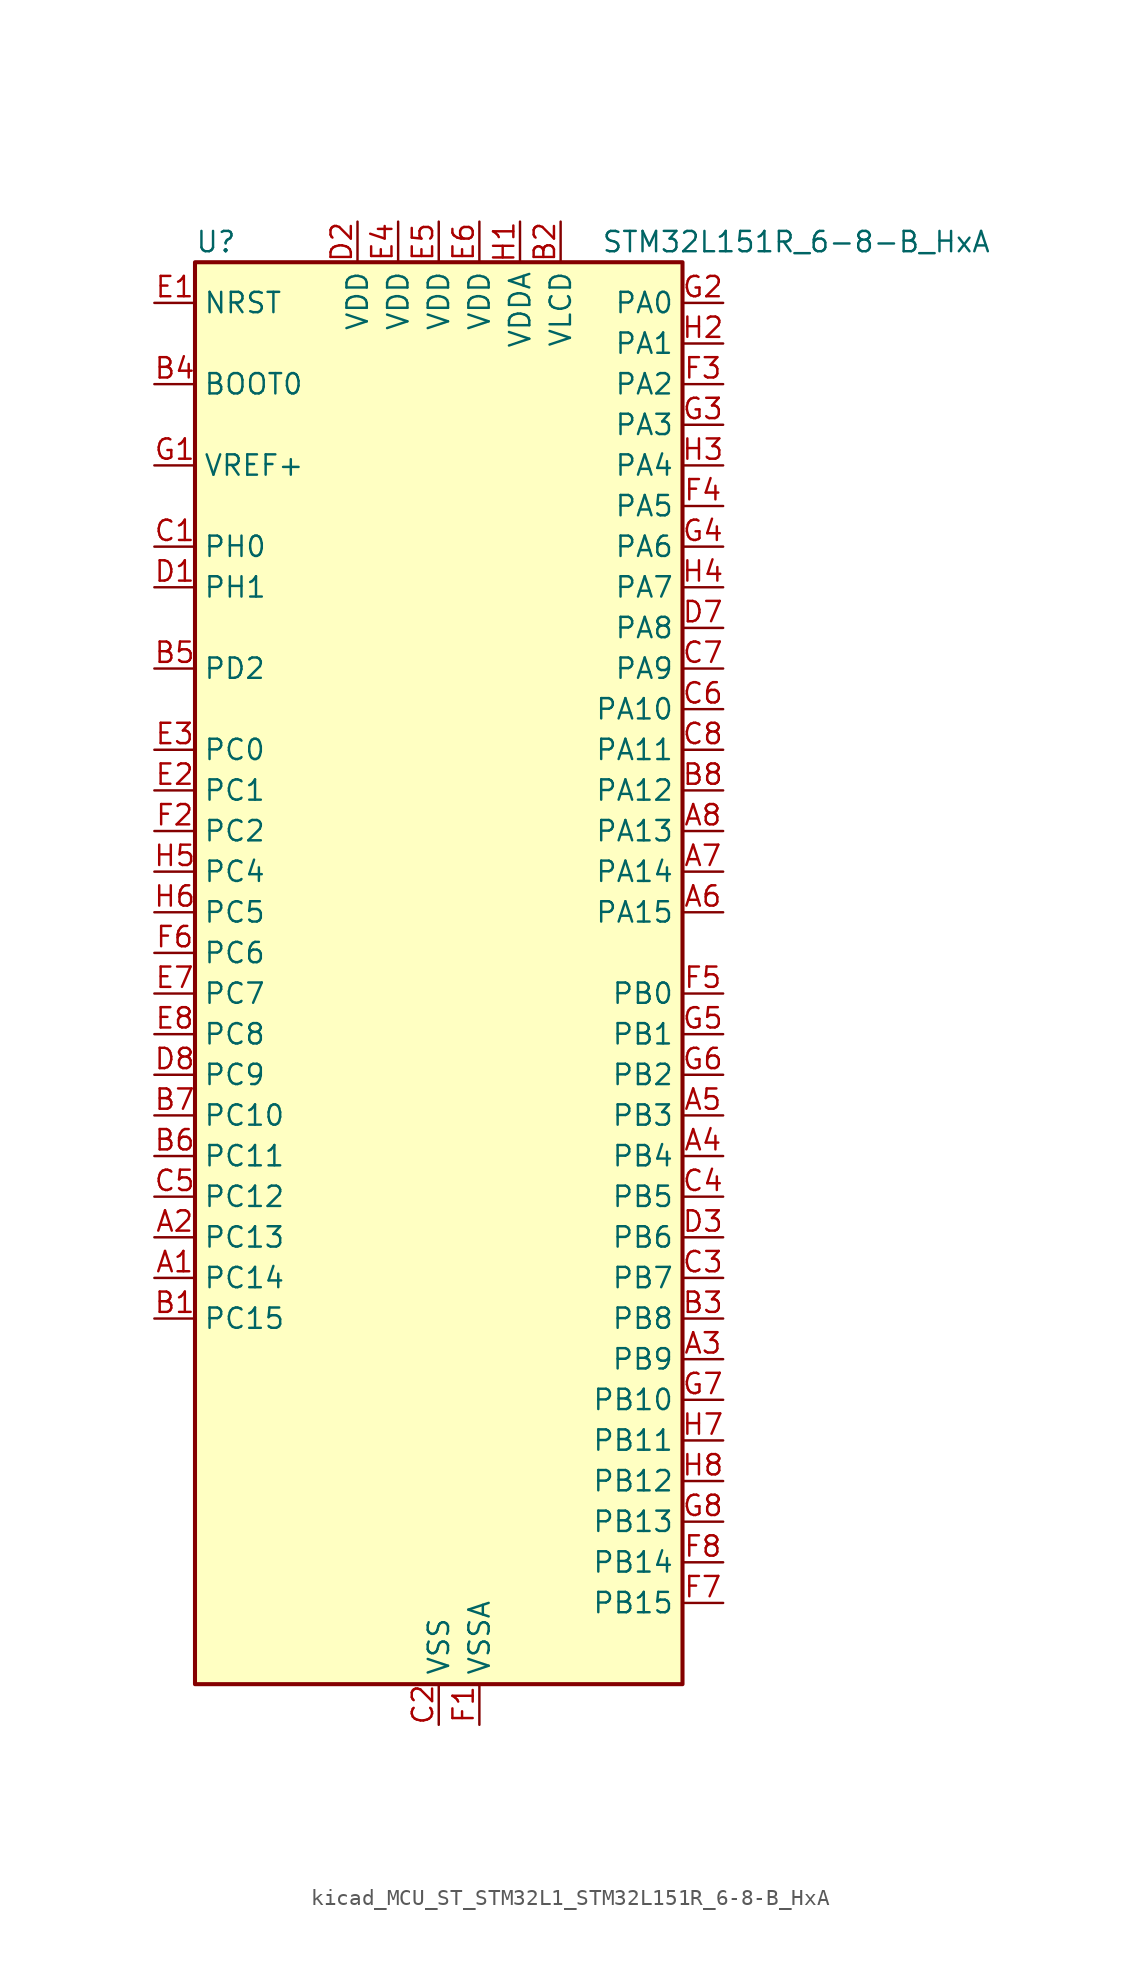
<source format=kicad_sym>
(kicad_symbol_lib
  (version 20220914)
  (generator kicad_symbol_editor)
  (symbol "kicad_MCU_ST_STM32L1_STM32L151R_6-8-B_HxA"
    (property "Reference" "U"
      (at -15.24 46.99 0)
      (effects (font (size 1.27 1.27)) (justify left)))
    (property "Value" "STM32L151R_6-8-B_HxA"
      (at 10.16 46.99 0)
      (effects (font (size 1.27 1.27)) (justify left)))
    (property "ki_locked" ""
      (at 0 0 0)
      (effects (font (size 1.27 1.27))))
    (symbol "kicad_MCU_ST_STM32L1_STM32L151R_6-8-B_HxA_0_1"
      (rectangle (start -15.24 -43.18) (end 15.24 45.72) (stroke (width 0.254) (type default)) (fill (type background))))
    (symbol "kicad_MCU_ST_STM32L1_STM32L151R_6-8-B_HxA_1_1"
      (pin bidirectional line (at -17.78 -17.78 0) (length 2.54) (name "PC14" (effects (font (size 1.27 1.27)))) (number "A1" (effects (font (size 1.27 1.27)))) (alternate "RCC_OSC32_IN" bidirectional line) (alternate "TIMX_IC3" bidirectional line))
      (pin bidirectional line (at -17.78 -15.24 0) (length 2.54) (name "PC13" (effects (font (size 1.27 1.27)))) (number "A2" (effects (font (size 1.27 1.27)))) (alternate "RTC_OUT_ALARM" bidirectional line) (alternate "RTC_OUT_CALIB" bidirectional line) (alternate "RTC_TAMP1" bidirectional line) (alternate "RTC_TS" bidirectional line) (alternate "SYS_WKUP2" bidirectional line) (alternate "TIMX_IC2" bidirectional line))
      (pin bidirectional line (at 17.78 -22.86 180) (length 2.54) (name "PB9" (effects (font (size 1.27 1.27)))) (number "A3" (effects (font (size 1.27 1.27)))) (alternate "DAC_EXTI9" bidirectional line) (alternate "I2C1_SDA" bidirectional line) (alternate "TIM11_CH1" bidirectional line) (alternate "TIM4_CH4" bidirectional line))
      (pin bidirectional line (at 17.78 -10.16 180) (length 2.54) (name "PB4" (effects (font (size 1.27 1.27)))) (number "A4" (effects (font (size 1.27 1.27)))) (alternate "COMP2_INP" bidirectional line) (alternate "SPI1_MISO" bidirectional line) (alternate "SYS_JTRST" bidirectional line) (alternate "TIM3_CH1" bidirectional line) (alternate "TS_G6_IO1" bidirectional line))
      (pin bidirectional line (at 17.78 -7.62 180) (length 2.54) (name "PB3" (effects (font (size 1.27 1.27)))) (number "A5" (effects (font (size 1.27 1.27)))) (alternate "COMP2_INM" bidirectional line) (alternate "SPI1_SCK" bidirectional line) (alternate "SYS_JTDO-TRACESWO" bidirectional line) (alternate "TIM2_CH2" bidirectional line))
      (pin bidirectional line (at 17.78 5.08 180) (length 2.54) (name "PA15" (effects (font (size 1.27 1.27)))) (number "A6" (effects (font (size 1.27 1.27)))) (alternate "ADC_EXTI15" bidirectional line) (alternate "SPI1_NSS" bidirectional line) (alternate "SYS_JTDI" bidirectional line) (alternate "TIM2_CH1" bidirectional line) (alternate "TIM2_ETR" bidirectional line) (alternate "TIMX_IC4" bidirectional line) (alternate "TS_G5_IO3" bidirectional line))
      (pin bidirectional line (at 17.78 7.62 180) (length 2.54) (name "PA14" (effects (font (size 1.27 1.27)))) (number "A7" (effects (font (size 1.27 1.27)))) (alternate "SYS_JTCK-SWCLK" bidirectional line) (alternate "TIMX_IC3" bidirectional line) (alternate "TS_G5_IO2" bidirectional line))
      (pin bidirectional line (at 17.78 10.16 180) (length 2.54) (name "PA13" (effects (font (size 1.27 1.27)))) (number "A8" (effects (font (size 1.27 1.27)))) (alternate "SYS_JTMS-SWDIO" bidirectional line) (alternate "TIMX_IC2" bidirectional line) (alternate "TS_G5_IO1" bidirectional line))
      (pin bidirectional line (at -17.78 -20.32 0) (length 2.54) (name "PC15" (effects (font (size 1.27 1.27)))) (number "B1" (effects (font (size 1.27 1.27)))) (alternate "ADC_EXTI15" bidirectional line) (alternate "RCC_OSC32_OUT" bidirectional line) (alternate "TIMX_IC4" bidirectional line))
      (pin power_in line (at 7.62 48.26 270) (length 2.54) (name "VLCD" (effects (font (size 1.27 1.27)))) (number "B2" (effects (font (size 1.27 1.27)))))
      (pin bidirectional line (at 17.78 -20.32 180) (length 2.54) (name "PB8" (effects (font (size 1.27 1.27)))) (number "B3" (effects (font (size 1.27 1.27)))) (alternate "I2C1_SCL" bidirectional line) (alternate "TIM10_CH1" bidirectional line) (alternate "TIM4_CH3" bidirectional line))
      (pin input line (at -17.78 38.1 0) (length 2.54) (name "BOOT0" (effects (font (size 1.27 1.27)))) (number "B4" (effects (font (size 1.27 1.27)))))
      (pin bidirectional line (at -17.78 20.32 0) (length 2.54) (name "PD2" (effects (font (size 1.27 1.27)))) (number "B5" (effects (font (size 1.27 1.27)))) (alternate "TIM3_ETR" bidirectional line) (alternate "TIMX_IC3" bidirectional line))
      (pin bidirectional line (at -17.78 -10.16 0) (length 2.54) (name "PC11" (effects (font (size 1.27 1.27)))) (number "B6" (effects (font (size 1.27 1.27)))) (alternate "ADC_EXTI11" bidirectional line) (alternate "TIMX_IC4" bidirectional line) (alternate "USART3_RX" bidirectional line))
      (pin bidirectional line (at -17.78 -7.62 0) (length 2.54) (name "PC10" (effects (font (size 1.27 1.27)))) (number "B7" (effects (font (size 1.27 1.27)))) (alternate "TIMX_IC3" bidirectional line) (alternate "USART3_TX" bidirectional line))
      (pin bidirectional line (at 17.78 12.7 180) (length 2.54) (name "PA12" (effects (font (size 1.27 1.27)))) (number "B8" (effects (font (size 1.27 1.27)))) (alternate "SPI1_MOSI" bidirectional line) (alternate "TIMX_IC1" bidirectional line) (alternate "USART1_RTS" bidirectional line) (alternate "USB_DP" bidirectional line))
      (pin bidirectional line (at -17.78 27.94 0) (length 2.54) (name "PH0" (effects (font (size 1.27 1.27)))) (number "C1" (effects (font (size 1.27 1.27)))) (alternate "RCC_OSC_IN" bidirectional line))
      (pin power_in line (at 0 -45.72 90) (length 2.54) (name "VSS" (effects (font (size 1.27 1.27)))) (number "C2" (effects (font (size 1.27 1.27)))))
      (pin bidirectional line (at 17.78 -17.78 180) (length 2.54) (name "PB7" (effects (font (size 1.27 1.27)))) (number "C3" (effects (font (size 1.27 1.27)))) (alternate "I2C1_SDA" bidirectional line) (alternate "SYS_PVD_IN" bidirectional line) (alternate "TIM4_CH2" bidirectional line) (alternate "TS_G6_IO4" bidirectional line) (alternate "USART1_RX" bidirectional line))
      (pin bidirectional line (at 17.78 -12.7 180) (length 2.54) (name "PB5" (effects (font (size 1.27 1.27)))) (number "C4" (effects (font (size 1.27 1.27)))) (alternate "COMP2_INP" bidirectional line) (alternate "I2C1_SMBA" bidirectional line) (alternate "SPI1_MOSI" bidirectional line) (alternate "TIM3_CH2" bidirectional line) (alternate "TS_G6_IO2" bidirectional line))
      (pin bidirectional line (at -17.78 -12.7 0) (length 2.54) (name "PC12" (effects (font (size 1.27 1.27)))) (number "C5" (effects (font (size 1.27 1.27)))) (alternate "TIMX_IC1" bidirectional line) (alternate "USART3_CK" bidirectional line))
      (pin bidirectional line (at 17.78 17.78 180) (length 2.54) (name "PA10" (effects (font (size 1.27 1.27)))) (number "C6" (effects (font (size 1.27 1.27)))) (alternate "TIMX_IC3" bidirectional line) (alternate "TS_G4_IO3" bidirectional line) (alternate "USART1_RX" bidirectional line))
      (pin bidirectional line (at 17.78 20.32 180) (length 2.54) (name "PA9" (effects (font (size 1.27 1.27)))) (number "C7" (effects (font (size 1.27 1.27)))) (alternate "DAC_EXTI9" bidirectional line) (alternate "TIMX_IC2" bidirectional line) (alternate "TS_G4_IO2" bidirectional line) (alternate "USART1_TX" bidirectional line))
      (pin bidirectional line (at 17.78 15.24 180) (length 2.54) (name "PA11" (effects (font (size 1.27 1.27)))) (number "C8" (effects (font (size 1.27 1.27)))) (alternate "ADC_EXTI11" bidirectional line) (alternate "SPI1_MISO" bidirectional line) (alternate "TIMX_IC4" bidirectional line) (alternate "USART1_CTS" bidirectional line) (alternate "USB_DM" bidirectional line))
      (pin bidirectional line (at -17.78 25.4 0) (length 2.54) (name "PH1" (effects (font (size 1.27 1.27)))) (number "D1" (effects (font (size 1.27 1.27)))) (alternate "RCC_OSC_OUT" bidirectional line))
      (pin power_in line (at -5.08 48.26 270) (length 2.54) (name "VDD" (effects (font (size 1.27 1.27)))) (number "D2" (effects (font (size 1.27 1.27)))))
      (pin bidirectional line (at 17.78 -15.24 180) (length 2.54) (name "PB6" (effects (font (size 1.27 1.27)))) (number "D3" (effects (font (size 1.27 1.27)))) (alternate "I2C1_SCL" bidirectional line) (alternate "TIM4_CH1" bidirectional line) (alternate "TS_G6_IO3" bidirectional line) (alternate "USART1_TX" bidirectional line))
      (pin passive line (at 0 -45.72 90) (length 2.54) hide (name "VSS" (effects (font (size 1.27 1.27)))) (number "D4" (effects (font (size 1.27 1.27)))))
      (pin passive line (at 0 -45.72 90) (length 2.54) hide (name "VSS" (effects (font (size 1.27 1.27)))) (number "D5" (effects (font (size 1.27 1.27)))))
      (pin passive line (at 0 -45.72 90) (length 2.54) hide (name "VSS" (effects (font (size 1.27 1.27)))) (number "D6" (effects (font (size 1.27 1.27)))))
      (pin bidirectional line (at 17.78 22.86 180) (length 2.54) (name "PA8" (effects (font (size 1.27 1.27)))) (number "D7" (effects (font (size 1.27 1.27)))) (alternate "RCC_MCO" bidirectional line) (alternate "TIMX_IC1" bidirectional line) (alternate "TS_G4_IO1" bidirectional line) (alternate "USART1_CK" bidirectional line))
      (pin bidirectional line (at -17.78 -5.08 0) (length 2.54) (name "PC9" (effects (font (size 1.27 1.27)))) (number "D8" (effects (font (size 1.27 1.27)))) (alternate "DAC_EXTI9" bidirectional line) (alternate "TIM3_CH4" bidirectional line) (alternate "TIMX_IC2" bidirectional line) (alternate "TS_G10_IO4" bidirectional line))
      (pin input line (at -17.78 43.18 0) (length 2.54) (name "NRST" (effects (font (size 1.27 1.27)))) (number "E1" (effects (font (size 1.27 1.27)))))
      (pin bidirectional line (at -17.78 12.7 0) (length 2.54) (name "PC1" (effects (font (size 1.27 1.27)))) (number "E2" (effects (font (size 1.27 1.27)))) (alternate "ADC_IN11" bidirectional line) (alternate "COMP1_INP" bidirectional line) (alternate "TIMX_IC2" bidirectional line) (alternate "TS_G8_IO2" bidirectional line))
      (pin bidirectional line (at -17.78 15.24 0) (length 2.54) (name "PC0" (effects (font (size 1.27 1.27)))) (number "E3" (effects (font (size 1.27 1.27)))) (alternate "ADC_IN10" bidirectional line) (alternate "COMP1_INP" bidirectional line) (alternate "TIMX_IC1" bidirectional line) (alternate "TS_G8_IO1" bidirectional line))
      (pin power_in line (at -2.54 48.26 270) (length 2.54) (name "VDD" (effects (font (size 1.27 1.27)))) (number "E4" (effects (font (size 1.27 1.27)))))
      (pin power_in line (at 0 48.26 270) (length 2.54) (name "VDD" (effects (font (size 1.27 1.27)))) (number "E5" (effects (font (size 1.27 1.27)))))
      (pin power_in line (at 2.54 48.26 270) (length 2.54) (name "VDD" (effects (font (size 1.27 1.27)))) (number "E6" (effects (font (size 1.27 1.27)))))
      (pin bidirectional line (at -17.78 0 0) (length 2.54) (name "PC7" (effects (font (size 1.27 1.27)))) (number "E7" (effects (font (size 1.27 1.27)))) (alternate "TIM3_CH2" bidirectional line) (alternate "TIMX_IC4" bidirectional line) (alternate "TS_G10_IO2" bidirectional line))
      (pin bidirectional line (at -17.78 -2.54 0) (length 2.54) (name "PC8" (effects (font (size 1.27 1.27)))) (number "E8" (effects (font (size 1.27 1.27)))) (alternate "TIM3_CH3" bidirectional line) (alternate "TIMX_IC1" bidirectional line) (alternate "TS_G10_IO3" bidirectional line))
      (pin power_in line (at 2.54 -45.72 90) (length 2.54) (name "VSSA" (effects (font (size 1.27 1.27)))) (number "F1" (effects (font (size 1.27 1.27)))))
      (pin bidirectional line (at -17.78 10.16 0) (length 2.54) (name "PC2" (effects (font (size 1.27 1.27)))) (number "F2" (effects (font (size 1.27 1.27)))) (alternate "ADC_IN12" bidirectional line) (alternate "COMP1_INP" bidirectional line) (alternate "TIMX_IC3" bidirectional line) (alternate "TS_G8_IO3" bidirectional line))
      (pin bidirectional line (at 17.78 38.1 180) (length 2.54) (name "PA2" (effects (font (size 1.27 1.27)))) (number "F3" (effects (font (size 1.27 1.27)))) (alternate "ADC_IN2" bidirectional line) (alternate "COMP1_INP" bidirectional line) (alternate "TIM2_CH3" bidirectional line) (alternate "TIM9_CH1" bidirectional line) (alternate "TIMX_IC3" bidirectional line) (alternate "TS_G1_IO3" bidirectional line) (alternate "USART2_TX" bidirectional line))
      (pin bidirectional line (at 17.78 30.48 180) (length 2.54) (name "PA5" (effects (font (size 1.27 1.27)))) (number "F4" (effects (font (size 1.27 1.27)))) (alternate "ADC_IN5" bidirectional line) (alternate "COMP1_INP" bidirectional line) (alternate "DAC_OUT2" bidirectional line) (alternate "SPI1_SCK" bidirectional line) (alternate "TIM2_CH1" bidirectional line) (alternate "TIM2_ETR" bidirectional line) (alternate "TIMX_IC2" bidirectional line))
      (pin bidirectional line (at 17.78 0 180) (length 2.54) (name "PB0" (effects (font (size 1.27 1.27)))) (number "F5" (effects (font (size 1.27 1.27)))) (alternate "ADC_IN8" bidirectional line) (alternate "COMP1_INP" bidirectional line) (alternate "SYS_V_REF_OUT" bidirectional line) (alternate "TIM3_CH3" bidirectional line) (alternate "TS_G3_IO1" bidirectional line))
      (pin bidirectional line (at -17.78 2.54 0) (length 2.54) (name "PC6" (effects (font (size 1.27 1.27)))) (number "F6" (effects (font (size 1.27 1.27)))) (alternate "TIM3_CH1" bidirectional line) (alternate "TIMX_IC3" bidirectional line) (alternate "TS_G10_IO1" bidirectional line))
      (pin bidirectional line (at 17.78 -38.1 180) (length 2.54) (name "PB15" (effects (font (size 1.27 1.27)))) (number "F7" (effects (font (size 1.27 1.27)))) (alternate "ADC_EXTI15" bidirectional line) (alternate "ADC_IN21" bidirectional line) (alternate "COMP1_INP" bidirectional line) (alternate "RTC_REFIN" bidirectional line) (alternate "SPI2_MOSI" bidirectional line) (alternate "TIM11_CH1" bidirectional line) (alternate "TS_G7_IO4" bidirectional line))
      (pin bidirectional line (at 17.78 -35.56 180) (length 2.54) (name "PB14" (effects (font (size 1.27 1.27)))) (number "F8" (effects (font (size 1.27 1.27)))) (alternate "ADC_IN20" bidirectional line) (alternate "COMP1_INP" bidirectional line) (alternate "SPI2_MISO" bidirectional line) (alternate "TIM9_CH2" bidirectional line) (alternate "TS_G7_IO3" bidirectional line) (alternate "USART3_RTS" bidirectional line))
      (pin input line (at -17.78 33.02 0) (length 2.54) (name "VREF+" (effects (font (size 1.27 1.27)))) (number "G1" (effects (font (size 1.27 1.27)))))
      (pin bidirectional line (at 17.78 43.18 180) (length 2.54) (name "PA0" (effects (font (size 1.27 1.27)))) (number "G2" (effects (font (size 1.27 1.27)))) (alternate "ADC_IN0" bidirectional line) (alternate "COMP1_INP" bidirectional line) (alternate "RTC_TAMP2" bidirectional line) (alternate "SYS_WKUP1" bidirectional line) (alternate "TIM2_CH1" bidirectional line) (alternate "TIM2_ETR" bidirectional line) (alternate "TIMX_IC1" bidirectional line) (alternate "TS_G1_IO1" bidirectional line) (alternate "USART2_CTS" bidirectional line))
      (pin bidirectional line (at 17.78 35.56 180) (length 2.54) (name "PA3" (effects (font (size 1.27 1.27)))) (number "G3" (effects (font (size 1.27 1.27)))) (alternate "ADC_IN3" bidirectional line) (alternate "COMP1_INP" bidirectional line) (alternate "TIM2_CH4" bidirectional line) (alternate "TIM9_CH2" bidirectional line) (alternate "TIMX_IC4" bidirectional line) (alternate "TS_G1_IO4" bidirectional line) (alternate "USART2_RX" bidirectional line))
      (pin bidirectional line (at 17.78 27.94 180) (length 2.54) (name "PA6" (effects (font (size 1.27 1.27)))) (number "G4" (effects (font (size 1.27 1.27)))) (alternate "ADC_IN6" bidirectional line) (alternate "COMP1_INP" bidirectional line) (alternate "SPI1_MISO" bidirectional line) (alternate "TIM10_CH1" bidirectional line) (alternate "TIM3_CH1" bidirectional line) (alternate "TIMX_IC3" bidirectional line) (alternate "TS_G2_IO1" bidirectional line))
      (pin bidirectional line (at 17.78 -2.54 180) (length 2.54) (name "PB1" (effects (font (size 1.27 1.27)))) (number "G5" (effects (font (size 1.27 1.27)))) (alternate "ADC_IN9" bidirectional line) (alternate "COMP1_INP" bidirectional line) (alternate "SYS_V_REF_OUT" bidirectional line) (alternate "TIM3_CH4" bidirectional line) (alternate "TS_G3_IO2" bidirectional line))
      (pin bidirectional line (at 17.78 -5.08 180) (length 2.54) (name "PB2" (effects (font (size 1.27 1.27)))) (number "G6" (effects (font (size 1.27 1.27)))) (alternate "TS_G3_IO3" bidirectional line))
      (pin bidirectional line (at 17.78 -25.4 180) (length 2.54) (name "PB10" (effects (font (size 1.27 1.27)))) (number "G7" (effects (font (size 1.27 1.27)))) (alternate "I2C2_SCL" bidirectional line) (alternate "TIM2_CH3" bidirectional line) (alternate "USART3_TX" bidirectional line))
      (pin bidirectional line (at 17.78 -33.02 180) (length 2.54) (name "PB13" (effects (font (size 1.27 1.27)))) (number "G8" (effects (font (size 1.27 1.27)))) (alternate "ADC_IN19" bidirectional line) (alternate "COMP1_INP" bidirectional line) (alternate "SPI2_SCK" bidirectional line) (alternate "TIM9_CH1" bidirectional line) (alternate "TS_G7_IO2" bidirectional line) (alternate "USART3_CTS" bidirectional line))
      (pin power_in line (at 5.08 48.26 270) (length 2.54) (name "VDDA" (effects (font (size 1.27 1.27)))) (number "H1" (effects (font (size 1.27 1.27)))))
      (pin bidirectional line (at 17.78 40.64 180) (length 2.54) (name "PA1" (effects (font (size 1.27 1.27)))) (number "H2" (effects (font (size 1.27 1.27)))) (alternate "ADC_IN1" bidirectional line) (alternate "COMP1_INP" bidirectional line) (alternate "TIM2_CH2" bidirectional line) (alternate "TIMX_IC2" bidirectional line) (alternate "TS_G1_IO2" bidirectional line) (alternate "USART2_RTS" bidirectional line))
      (pin bidirectional line (at 17.78 33.02 180) (length 2.54) (name "PA4" (effects (font (size 1.27 1.27)))) (number "H3" (effects (font (size 1.27 1.27)))) (alternate "ADC_IN4" bidirectional line) (alternate "COMP1_INP" bidirectional line) (alternate "DAC_OUT1" bidirectional line) (alternate "SPI1_NSS" bidirectional line) (alternate "TIMX_IC1" bidirectional line) (alternate "USART2_CK" bidirectional line))
      (pin bidirectional line (at 17.78 25.4 180) (length 2.54) (name "PA7" (effects (font (size 1.27 1.27)))) (number "H4" (effects (font (size 1.27 1.27)))) (alternate "ADC_IN7" bidirectional line) (alternate "COMP1_INP" bidirectional line) (alternate "SPI1_MOSI" bidirectional line) (alternate "TIM11_CH1" bidirectional line) (alternate "TIM3_CH2" bidirectional line) (alternate "TIMX_IC4" bidirectional line) (alternate "TS_G2_IO2" bidirectional line))
      (pin bidirectional line (at -17.78 7.62 0) (length 2.54) (name "PC4" (effects (font (size 1.27 1.27)))) (number "H5" (effects (font (size 1.27 1.27)))) (alternate "ADC_IN14" bidirectional line) (alternate "COMP1_INP" bidirectional line) (alternate "TIMX_IC1" bidirectional line) (alternate "TS_G9_IO1" bidirectional line))
      (pin bidirectional line (at -17.78 5.08 0) (length 2.54) (name "PC5" (effects (font (size 1.27 1.27)))) (number "H6" (effects (font (size 1.27 1.27)))) (alternate "ADC_IN15" bidirectional line) (alternate "COMP1_INP" bidirectional line) (alternate "TIMX_IC2" bidirectional line) (alternate "TS_G9_IO2" bidirectional line))
      (pin bidirectional line (at 17.78 -27.94 180) (length 2.54) (name "PB11" (effects (font (size 1.27 1.27)))) (number "H7" (effects (font (size 1.27 1.27)))) (alternate "ADC_EXTI11" bidirectional line) (alternate "I2C2_SDA" bidirectional line) (alternate "TIM2_CH4" bidirectional line) (alternate "USART3_RX" bidirectional line))
      (pin bidirectional line (at 17.78 -30.48 180) (length 2.54) (name "PB12" (effects (font (size 1.27 1.27)))) (number "H8" (effects (font (size 1.27 1.27)))) (alternate "ADC_IN18" bidirectional line) (alternate "COMP1_INP" bidirectional line) (alternate "I2C2_SMBA" bidirectional line) (alternate "SPI2_NSS" bidirectional line) (alternate "TIM10_CH1" bidirectional line) (alternate "TS_G7_IO1" bidirectional line) (alternate "USART3_CK" bidirectional line)))))
</source>
